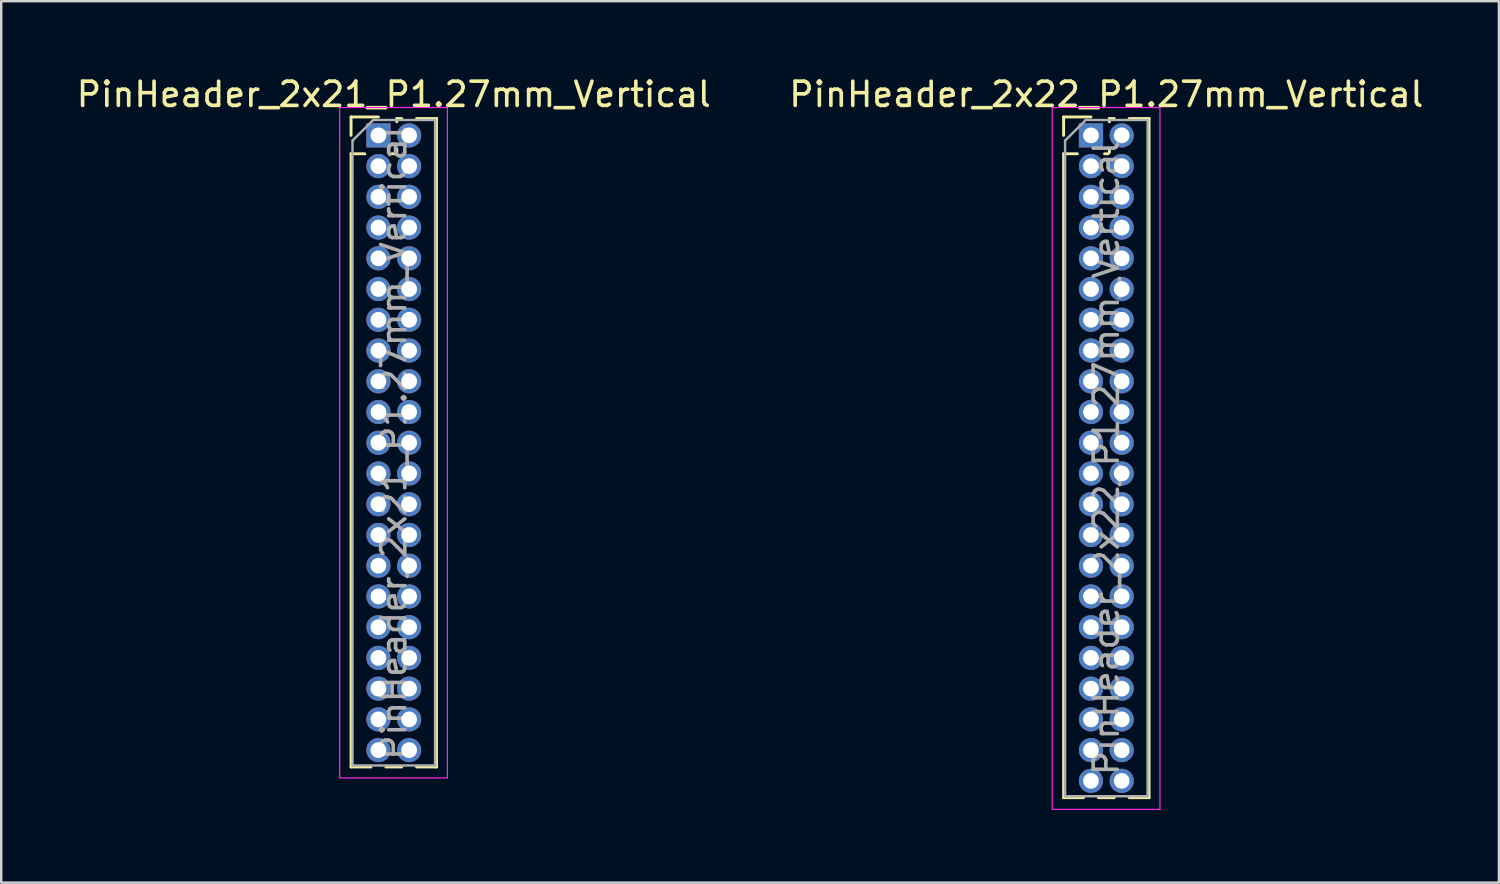
<source format=kicad_pcb>
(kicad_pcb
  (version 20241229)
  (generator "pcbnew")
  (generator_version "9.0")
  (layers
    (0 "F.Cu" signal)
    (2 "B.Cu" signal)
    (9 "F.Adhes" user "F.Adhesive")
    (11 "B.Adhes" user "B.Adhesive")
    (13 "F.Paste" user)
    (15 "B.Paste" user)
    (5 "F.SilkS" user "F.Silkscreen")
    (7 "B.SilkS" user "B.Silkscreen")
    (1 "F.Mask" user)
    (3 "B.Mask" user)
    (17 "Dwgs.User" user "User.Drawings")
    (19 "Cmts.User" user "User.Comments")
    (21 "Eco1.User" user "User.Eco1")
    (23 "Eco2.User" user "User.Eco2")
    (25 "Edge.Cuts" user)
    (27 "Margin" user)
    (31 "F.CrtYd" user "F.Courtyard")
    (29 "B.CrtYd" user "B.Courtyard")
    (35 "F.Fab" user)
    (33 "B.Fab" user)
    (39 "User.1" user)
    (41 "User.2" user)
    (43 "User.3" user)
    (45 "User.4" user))
  (footprint "PinHeader_2x22_P1.27mm_Vertical"
    (layer "F.Cu")
    (at 42.026 2.543)
    (property "Reference" "PinHeader_2x22_P1.27mm_Vertical" (at 0.635 -1.695 0) (layer "F.SilkS") (effects (font (size 1 1) (thickness 0.15))))
    (attr through_hole)
    (fp_line (start -1.13 -0.76) (end 0 -0.76) (stroke (width 0.12) (type solid)) (layer "F.SilkS"))
    (fp_line (start -1.13 0) (end -1.13 -0.76) (stroke (width 0.12) (type solid)) (layer "F.SilkS"))
    (fp_line (start -1.13 0.76) (end -1.13 27.365) (stroke (width 0.12) (type solid)) (layer "F.SilkS"))
    (fp_line (start -1.13 0.76) (end -0.563 0.76) (stroke (width 0.12) (type solid)) (layer "F.SilkS"))
    (fp_line (start -1.13 27.365) (end -0.308 27.365) (stroke (width 0.12) (type solid)) (layer "F.SilkS"))
    (fp_line (start 0.308 27.365) (end 0.962 27.365) (stroke (width 0.12) (type solid)) (layer "F.SilkS"))
    (fp_line (start 0.563 0.76) (end 0.707 0.76) (stroke (width 0.12) (type solid)) (layer "F.SilkS"))
    (fp_line (start 0.76 -0.695) (end 0.962 -0.695) (stroke (width 0.12) (type solid)) (layer "F.SilkS"))
    (fp_line (start 0.76 -0.563) (end 0.76 -0.695) (stroke (width 0.12) (type solid)) (layer "F.SilkS"))
    (fp_line (start 0.76 0.707) (end 0.76 0.563) (stroke (width 0.12) (type solid)) (layer "F.SilkS"))
    (fp_line (start 1.578 -0.695) (end 2.4 -0.695) (stroke (width 0.12) (type solid)) (layer "F.SilkS"))
    (fp_line (start 1.578 27.365) (end 2.4 27.365) (stroke (width 0.12) (type solid)) (layer "F.SilkS"))
    (fp_line (start 2.4 -0.695) (end 2.4 27.365) (stroke (width 0.12) (type solid)) (layer "F.SilkS"))
    (fp_line (start -1.6 -1.15) (end -1.6 27.85) (stroke (width 0.05) (type solid)) (layer "F.CrtYd"))
    (fp_line (start -1.6 27.85) (end 2.85 27.85) (stroke (width 0.05) (type solid)) (layer "F.CrtYd"))
    (fp_line (start 2.85 -1.15) (end -1.6 -1.15) (stroke (width 0.05) (type solid)) (layer "F.CrtYd"))
    (fp_line (start 2.85 27.85) (end 2.85 -1.15) (stroke (width 0.05) (type solid)) (layer "F.CrtYd"))
    (fp_line (start -1.07 0.217) (end -0.217 -0.635) (stroke (width 0.1) (type solid)) (layer "F.Fab"))
    (fp_line (start -1.07 27.305) (end -1.07 0.217) (stroke (width 0.1) (type solid)) (layer "F.Fab"))
    (fp_line (start -0.217 -0.635) (end 2.34 -0.635) (stroke (width 0.1) (type solid)) (layer "F.Fab"))
    (fp_line (start 2.34 -0.635) (end 2.34 27.305) (stroke (width 0.1) (type solid)) (layer "F.Fab"))
    (fp_line (start 2.34 27.305) (end -1.07 27.305) (stroke (width 0.1) (type solid)) (layer "F.Fab"))
    (fp_text user "${REFERENCE}" (at 0.635 13.335 90) (layer "F.Fab") (effects (font (size 1 1) (thickness 0.15))))
    (pad "1" thru_hole rect (at 0 0) (size 1 1) (drill 0.65) (layers "*.Cu" "*.Mask"))
    (pad "2" thru_hole oval (at 1.27 0) (size 1 1) (drill 0.65) (layers "*.Cu" "*.Mask"))
    (pad "3" thru_hole oval (at 0 1.27) (size 1 1) (drill 0.65) (layers "*.Cu" "*.Mask"))
    (pad "4" thru_hole oval (at 1.27 1.27) (size 1 1) (drill 0.65) (layers "*.Cu" "*.Mask"))
    (pad "5" thru_hole oval (at 0 2.54) (size 1 1) (drill 0.65) (layers "*.Cu" "*.Mask"))
    (pad "6" thru_hole oval (at 1.27 2.54) (size 1 1) (drill 0.65) (layers "*.Cu" "*.Mask"))
    (pad "7" thru_hole oval (at 0 3.81) (size 1 1) (drill 0.65) (layers "*.Cu" "*.Mask"))
    (pad "8" thru_hole oval (at 1.27 3.81) (size 1 1) (drill 0.65) (layers "*.Cu" "*.Mask"))
    (pad "9" thru_hole oval (at 0 5.08) (size 1 1) (drill 0.65) (layers "*.Cu" "*.Mask"))
    (pad "10" thru_hole oval (at 1.27 5.08) (size 1 1) (drill 0.65) (layers "*.Cu" "*.Mask"))
    (pad "11" thru_hole oval (at 0 6.35) (size 1 1) (drill 0.65) (layers "*.Cu" "*.Mask"))
    (pad "12" thru_hole oval (at 1.27 6.35) (size 1 1) (drill 0.65) (layers "*.Cu" "*.Mask"))
    (pad "13" thru_hole oval (at 0 7.62) (size 1 1) (drill 0.65) (layers "*.Cu" "*.Mask"))
    (pad "14" thru_hole oval (at 1.27 7.62) (size 1 1) (drill 0.65) (layers "*.Cu" "*.Mask"))
    (pad "15" thru_hole oval (at 0 8.89) (size 1 1) (drill 0.65) (layers "*.Cu" "*.Mask"))
    (pad "16" thru_hole oval (at 1.27 8.89) (size 1 1) (drill 0.65) (layers "*.Cu" "*.Mask"))
    (pad "17" thru_hole oval (at 0 10.16) (size 1 1) (drill 0.65) (layers "*.Cu" "*.Mask"))
    (pad "18" thru_hole oval (at 1.27 10.16) (size 1 1) (drill 0.65) (layers "*.Cu" "*.Mask"))
    (pad "19" thru_hole oval (at 0 11.43) (size 1 1) (drill 0.65) (layers "*.Cu" "*.Mask"))
    (pad "20" thru_hole oval (at 1.27 11.43) (size 1 1) (drill 0.65) (layers "*.Cu" "*.Mask"))
    (pad "21" thru_hole oval (at 0 12.7) (size 1 1) (drill 0.65) (layers "*.Cu" "*.Mask"))
    (pad "22" thru_hole oval (at 1.27 12.7) (size 1 1) (drill 0.65) (layers "*.Cu" "*.Mask"))
    (pad "23" thru_hole oval (at 0 13.97) (size 1 1) (drill 0.65) (layers "*.Cu" "*.Mask"))
    (pad "24" thru_hole oval (at 1.27 13.97) (size 1 1) (drill 0.65) (layers "*.Cu" "*.Mask"))
    (pad "25" thru_hole oval (at 0 15.24) (size 1 1) (drill 0.65) (layers "*.Cu" "*.Mask"))
    (pad "26" thru_hole oval (at 1.27 15.24) (size 1 1) (drill 0.65) (layers "*.Cu" "*.Mask"))
    (pad "27" thru_hole oval (at 0 16.51) (size 1 1) (drill 0.65) (layers "*.Cu" "*.Mask"))
    (pad "28" thru_hole oval (at 1.27 16.51) (size 1 1) (drill 0.65) (layers "*.Cu" "*.Mask"))
    (pad "29" thru_hole oval (at 0 17.78) (size 1 1) (drill 0.65) (layers "*.Cu" "*.Mask"))
    (pad "30" thru_hole oval (at 1.27 17.78) (size 1 1) (drill 0.65) (layers "*.Cu" "*.Mask"))
    (pad "31" thru_hole oval (at 0 19.05) (size 1 1) (drill 0.65) (layers "*.Cu" "*.Mask"))
    (pad "32" thru_hole oval (at 1.27 19.05) (size 1 1) (drill 0.65) (layers "*.Cu" "*.Mask"))
    (pad "33" thru_hole oval (at 0 20.32) (size 1 1) (drill 0.65) (layers "*.Cu" "*.Mask"))
    (pad "34" thru_hole oval (at 1.27 20.32) (size 1 1) (drill 0.65) (layers "*.Cu" "*.Mask"))
    (pad "35" thru_hole oval (at 0 21.59) (size 1 1) (drill 0.65) (layers "*.Cu" "*.Mask"))
    (pad "36" thru_hole oval (at 1.27 21.59) (size 1 1) (drill 0.65) (layers "*.Cu" "*.Mask"))
    (pad "37" thru_hole oval (at 0 22.86) (size 1 1) (drill 0.65) (layers "*.Cu" "*.Mask"))
    (pad "38" thru_hole oval (at 1.27 22.86) (size 1 1) (drill 0.65) (layers "*.Cu" "*.Mask"))
    (pad "39" thru_hole oval (at 0 24.13) (size 1 1) (drill 0.65) (layers "*.Cu" "*.Mask"))
    (pad "40" thru_hole oval (at 1.27 24.13) (size 1 1) (drill 0.65) (layers "*.Cu" "*.Mask"))
    (pad "41" thru_hole oval (at 0 25.4) (size 1 1) (drill 0.65) (layers "*.Cu" "*.Mask"))
    (pad "42" thru_hole oval (at 1.27 25.4) (size 1 1) (drill 0.65) (layers "*.Cu" "*.Mask"))
    (pad "43" thru_hole oval (at 0 26.67) (size 1 1) (drill 0.65) (layers "*.Cu" "*.Mask"))
    (pad "44" thru_hole oval (at 1.27 26.67) (size 1 1) (drill 0.65) (layers "*.Cu" "*.Mask")))
  (footprint "PinHeader_2x21_P1.27mm_Vertical"
    (layer "F.Cu")
    (at 12.585 2.543)
    (property "Reference" "PinHeader_2x21_P1.27mm_Vertical" (at 0.635 -1.695 0) (layer "F.SilkS") (effects (font (size 1 1) (thickness 0.15))))
    (attr through_hole)
    (fp_line (start -1.13 -0.76) (end 0 -0.76) (stroke (width 0.12) (type solid)) (layer "F.SilkS"))
    (fp_line (start -1.13 0) (end -1.13 -0.76) (stroke (width 0.12) (type solid)) (layer "F.SilkS"))
    (fp_line (start -1.13 0.76) (end -1.13 26.095) (stroke (width 0.12) (type solid)) (layer "F.SilkS"))
    (fp_line (start -1.13 0.76) (end -0.563 0.76) (stroke (width 0.12) (type solid)) (layer "F.SilkS"))
    (fp_line (start -1.13 26.095) (end -0.308 26.095) (stroke (width 0.12) (type solid)) (layer "F.SilkS"))
    (fp_line (start 0.308 26.095) (end 0.962 26.095) (stroke (width 0.12) (type solid)) (layer "F.SilkS"))
    (fp_line (start 0.563 0.76) (end 0.707 0.76) (stroke (width 0.12) (type solid)) (layer "F.SilkS"))
    (fp_line (start 0.76 -0.695) (end 0.962 -0.695) (stroke (width 0.12) (type solid)) (layer "F.SilkS"))
    (fp_line (start 0.76 -0.563) (end 0.76 -0.695) (stroke (width 0.12) (type solid)) (layer "F.SilkS"))
    (fp_line (start 0.76 0.707) (end 0.76 0.563) (stroke (width 0.12) (type solid)) (layer "F.SilkS"))
    (fp_line (start 1.578 -0.695) (end 2.4 -0.695) (stroke (width 0.12) (type solid)) (layer "F.SilkS"))
    (fp_line (start 1.578 26.095) (end 2.4 26.095) (stroke (width 0.12) (type solid)) (layer "F.SilkS"))
    (fp_line (start 2.4 -0.695) (end 2.4 26.095) (stroke (width 0.12) (type solid)) (layer "F.SilkS"))
    (fp_line (start -1.6 -1.15) (end -1.6 26.55) (stroke (width 0.05) (type solid)) (layer "F.CrtYd"))
    (fp_line (start -1.6 26.55) (end 2.85 26.55) (stroke (width 0.05) (type solid)) (layer "F.CrtYd"))
    (fp_line (start 2.85 -1.15) (end -1.6 -1.15) (stroke (width 0.05) (type solid)) (layer "F.CrtYd"))
    (fp_line (start 2.85 26.55) (end 2.85 -1.15) (stroke (width 0.05) (type solid)) (layer "F.CrtYd"))
    (fp_line (start -1.07 0.217) (end -0.217 -0.635) (stroke (width 0.1) (type solid)) (layer "F.Fab"))
    (fp_line (start -1.07 26.035) (end -1.07 0.217) (stroke (width 0.1) (type solid)) (layer "F.Fab"))
    (fp_line (start -0.217 -0.635) (end 2.34 -0.635) (stroke (width 0.1) (type solid)) (layer "F.Fab"))
    (fp_line (start 2.34 -0.635) (end 2.34 26.035) (stroke (width 0.1) (type solid)) (layer "F.Fab"))
    (fp_line (start 2.34 26.035) (end -1.07 26.035) (stroke (width 0.1) (type solid)) (layer "F.Fab"))
    (fp_text user "${REFERENCE}" (at 0.635 12.7 90) (layer "F.Fab") (effects (font (size 1 1) (thickness 0.15))))
    (pad "1" thru_hole rect (at 0 0) (size 1 1) (drill 0.65) (layers "*.Cu" "*.Mask"))
    (pad "2" thru_hole oval (at 1.27 0) (size 1 1) (drill 0.65) (layers "*.Cu" "*.Mask"))
    (pad "3" thru_hole oval (at 0 1.27) (size 1 1) (drill 0.65) (layers "*.Cu" "*.Mask"))
    (pad "4" thru_hole oval (at 1.27 1.27) (size 1 1) (drill 0.65) (layers "*.Cu" "*.Mask"))
    (pad "5" thru_hole oval (at 0 2.54) (size 1 1) (drill 0.65) (layers "*.Cu" "*.Mask"))
    (pad "6" thru_hole oval (at 1.27 2.54) (size 1 1) (drill 0.65) (layers "*.Cu" "*.Mask"))
    (pad "7" thru_hole oval (at 0 3.81) (size 1 1) (drill 0.65) (layers "*.Cu" "*.Mask"))
    (pad "8" thru_hole oval (at 1.27 3.81) (size 1 1) (drill 0.65) (layers "*.Cu" "*.Mask"))
    (pad "9" thru_hole oval (at 0 5.08) (size 1 1) (drill 0.65) (layers "*.Cu" "*.Mask"))
    (pad "10" thru_hole oval (at 1.27 5.08) (size 1 1) (drill 0.65) (layers "*.Cu" "*.Mask"))
    (pad "11" thru_hole oval (at 0 6.35) (size 1 1) (drill 0.65) (layers "*.Cu" "*.Mask"))
    (pad "12" thru_hole oval (at 1.27 6.35) (size 1 1) (drill 0.65) (layers "*.Cu" "*.Mask"))
    (pad "13" thru_hole oval (at 0 7.62) (size 1 1) (drill 0.65) (layers "*.Cu" "*.Mask"))
    (pad "14" thru_hole oval (at 1.27 7.62) (size 1 1) (drill 0.65) (layers "*.Cu" "*.Mask"))
    (pad "15" thru_hole oval (at 0 8.89) (size 1 1) (drill 0.65) (layers "*.Cu" "*.Mask"))
    (pad "16" thru_hole oval (at 1.27 8.89) (size 1 1) (drill 0.65) (layers "*.Cu" "*.Mask"))
    (pad "17" thru_hole oval (at 0 10.16) (size 1 1) (drill 0.65) (layers "*.Cu" "*.Mask"))
    (pad "18" thru_hole oval (at 1.27 10.16) (size 1 1) (drill 0.65) (layers "*.Cu" "*.Mask"))
    (pad "19" thru_hole oval (at 0 11.43) (size 1 1) (drill 0.65) (layers "*.Cu" "*.Mask"))
    (pad "20" thru_hole oval (at 1.27 11.43) (size 1 1) (drill 0.65) (layers "*.Cu" "*.Mask"))
    (pad "21" thru_hole oval (at 0 12.7) (size 1 1) (drill 0.65) (layers "*.Cu" "*.Mask"))
    (pad "22" thru_hole oval (at 1.27 12.7) (size 1 1) (drill 0.65) (layers "*.Cu" "*.Mask"))
    (pad "23" thru_hole oval (at 0 13.97) (size 1 1) (drill 0.65) (layers "*.Cu" "*.Mask"))
    (pad "24" thru_hole oval (at 1.27 13.97) (size 1 1) (drill 0.65) (layers "*.Cu" "*.Mask"))
    (pad "25" thru_hole oval (at 0 15.24) (size 1 1) (drill 0.65) (layers "*.Cu" "*.Mask"))
    (pad "26" thru_hole oval (at 1.27 15.24) (size 1 1) (drill 0.65) (layers "*.Cu" "*.Mask"))
    (pad "27" thru_hole oval (at 0 16.51) (size 1 1) (drill 0.65) (layers "*.Cu" "*.Mask"))
    (pad "28" thru_hole oval (at 1.27 16.51) (size 1 1) (drill 0.65) (layers "*.Cu" "*.Mask"))
    (pad "29" thru_hole oval (at 0 17.78) (size 1 1) (drill 0.65) (layers "*.Cu" "*.Mask"))
    (pad "30" thru_hole oval (at 1.27 17.78) (size 1 1) (drill 0.65) (layers "*.Cu" "*.Mask"))
    (pad "31" thru_hole oval (at 0 19.05) (size 1 1) (drill 0.65) (layers "*.Cu" "*.Mask"))
    (pad "32" thru_hole oval (at 1.27 19.05) (size 1 1) (drill 0.65) (layers "*.Cu" "*.Mask"))
    (pad "33" thru_hole oval (at 0 20.32) (size 1 1) (drill 0.65) (layers "*.Cu" "*.Mask"))
    (pad "34" thru_hole oval (at 1.27 20.32) (size 1 1) (drill 0.65) (layers "*.Cu" "*.Mask"))
    (pad "35" thru_hole oval (at 0 21.59) (size 1 1) (drill 0.65) (layers "*.Cu" "*.Mask"))
    (pad "36" thru_hole oval (at 1.27 21.59) (size 1 1) (drill 0.65) (layers "*.Cu" "*.Mask"))
    (pad "37" thru_hole oval (at 0 22.86) (size 1 1) (drill 0.65) (layers "*.Cu" "*.Mask"))
    (pad "38" thru_hole oval (at 1.27 22.86) (size 1 1) (drill 0.65) (layers "*.Cu" "*.Mask"))
    (pad "39" thru_hole oval (at 0 24.13) (size 1 1) (drill 0.65) (layers "*.Cu" "*.Mask"))
    (pad "40" thru_hole oval (at 1.27 24.13) (size 1 1) (drill 0.65) (layers "*.Cu" "*.Mask"))
    (pad "41" thru_hole oval (at 0 25.4) (size 1 1) (drill 0.65) (layers "*.Cu" "*.Mask"))
    (pad "42" thru_hole oval (at 1.27 25.4) (size 1 1) (drill 0.65) (layers "*.Cu" "*.Mask")))
  (gr_rect
    (start -3 -3)
    (end 58.881 33.418)
    (stroke (width 0.1) (type default))
    (fill no)
    (layer "Edge.Cuts")))
</source>
